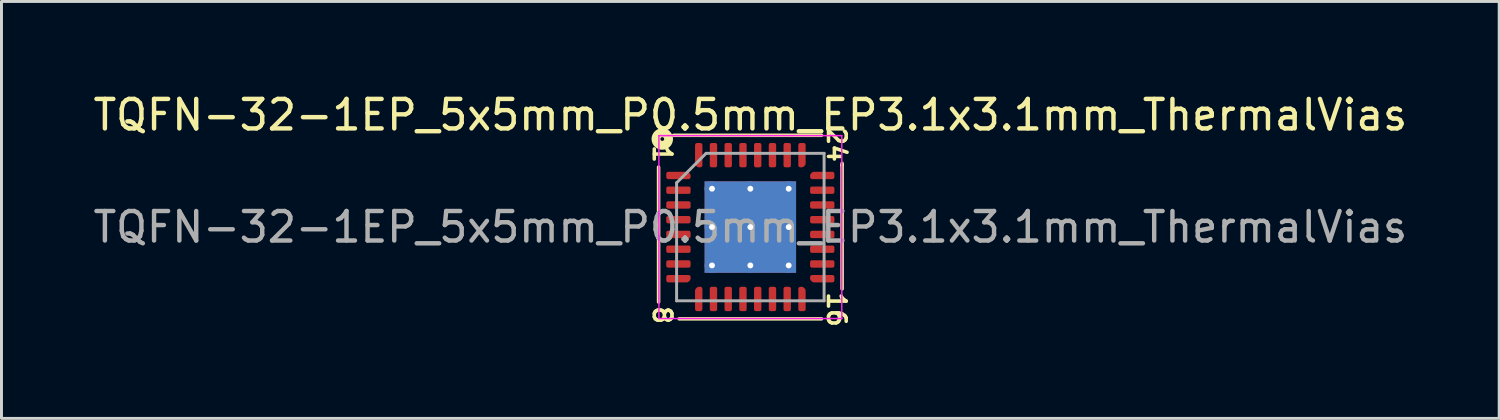
<source format=kicad_pcb>
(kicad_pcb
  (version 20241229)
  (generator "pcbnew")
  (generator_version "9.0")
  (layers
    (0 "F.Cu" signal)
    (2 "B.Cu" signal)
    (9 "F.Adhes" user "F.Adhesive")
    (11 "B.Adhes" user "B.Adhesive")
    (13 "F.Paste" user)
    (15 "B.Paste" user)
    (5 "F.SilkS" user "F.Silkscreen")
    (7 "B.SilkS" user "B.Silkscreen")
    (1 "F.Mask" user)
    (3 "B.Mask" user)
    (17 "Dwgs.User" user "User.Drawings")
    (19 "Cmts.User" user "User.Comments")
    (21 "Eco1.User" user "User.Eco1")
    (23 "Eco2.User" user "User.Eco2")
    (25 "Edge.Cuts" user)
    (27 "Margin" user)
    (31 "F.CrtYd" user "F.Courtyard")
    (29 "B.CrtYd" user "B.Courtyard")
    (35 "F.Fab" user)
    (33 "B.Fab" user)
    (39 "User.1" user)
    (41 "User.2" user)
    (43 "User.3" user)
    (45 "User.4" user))
  (footprint "TQFN-32-1EP_5x5mm_P0.5mm_EP3.1x3.1mm_ThermalVias"
    (layer "F.Cu")
    (at 22.387 4.648)
    (property "Reference" "TQFN-32-1EP_5x5mm_P0.5mm_EP3.1x3.1mm_ThermalVias" (at 0 -3.8 0) (layer "F.SilkS") (effects (font (size 1 1) (thickness 0.15))))
    (attr smd)
    (fp_line (start -3.111 -2.032) (end -3.111 2.54) (stroke (width 0.12) (type solid)) (layer "F.SilkS"))
    (fp_line (start -2.413 3.111) (end 2.413 3.111) (stroke (width 0.12) (type solid)) (layer "F.SilkS"))
    (fp_line (start 2.413 -3.111) (end -2.603 -3.111) (stroke (width 0.12) (type solid)) (layer "F.SilkS"))
    (fp_line (start 3.111 -2.095) (end 3.111 -2.159) (stroke (width 0.12) (type solid)) (layer "F.SilkS"))
    (fp_line (start 3.111 2.095) (end 3.111 -2.095) (stroke (width 0.12) (type solid)) (layer "F.SilkS"))
    (fp_circle (center -2.985 -2.985) (end -2.921 -2.985) (stroke (width 0.3) (type solid)) (fill no) (layer "F.SilkS"))
    (fp_line (start -3.1 -3.1) (end -3.1 3.1) (stroke (width 0.05) (type solid)) (layer "F.CrtYd"))
    (fp_line (start -3.1 3.1) (end 3.1 3.1) (stroke (width 0.05) (type solid)) (layer "F.CrtYd"))
    (fp_line (start 3.1 -3.1) (end -3.1 -3.1) (stroke (width 0.05) (type solid)) (layer "F.CrtYd"))
    (fp_line (start 3.1 3.1) (end 3.1 -3.1) (stroke (width 0.05) (type solid)) (layer "F.CrtYd"))
    (fp_line (start -2.5 -1.5) (end -1.5 -2.5) (stroke (width 0.1) (type solid)) (layer "F.Fab"))
    (fp_line (start -2.5 2.5) (end -2.5 -1.5) (stroke (width 0.1) (type solid)) (layer "F.Fab"))
    (fp_line (start -1.5 -2.5) (end 2.5 -2.5) (stroke (width 0.1) (type solid)) (layer "F.Fab"))
    (fp_line (start 2.5 -2.5) (end 2.5 2.5) (stroke (width 0.1) (type solid)) (layer "F.Fab"))
    (fp_line (start 2.5 2.5) (end -2.5 2.5) (stroke (width 0.1) (type solid)) (layer "F.Fab"))
    (fp_text user "16" (at 2.921 2.794 270) (unlocked yes) (layer "F.SilkS") (effects (font (size 0.6 0.6) (thickness 0.12))))
    (fp_text user "8" (at -2.985 2.985 270) (unlocked yes) (layer "F.SilkS") (effects (font (size 0.6 0.6) (thickness 0.12))))
    (fp_text user "24" (at 2.921 -2.794 270) (unlocked yes) (layer "F.SilkS") (effects (font (size 0.6 0.6) (thickness 0.12))))
    (fp_text user "1" (at -2.985 -2.477 270) (unlocked yes) (layer "F.SilkS") (effects (font (size 0.6 0.6) (thickness 0.12))))
    (fp_text user "${REFERENCE}" (at 0 0 0) (layer "F.Fab") (effects (font (size 1 1) (thickness 0.15))))
    (pad "" smd roundrect (at -0.775 -0.775) (size 1.34 1.34) (layers "F.Paste") (roundrect_rratio 0.187))
    (pad "" smd roundrect (at -0.775 0.775) (size 1.34 1.34) (layers "F.Paste") (roundrect_rratio 0.187))
    (pad "" smd roundrect (at 0.775 -0.775) (size 1.34 1.34) (layers "F.Paste") (roundrect_rratio 0.187))
    (pad "" smd roundrect (at 0.775 0.775) (size 1.34 1.34) (layers "F.Paste") (roundrect_rratio 0.187))
    (pad "1" smd custom (at -2.438 -1.75) (size 0.186 0.186) (layers "F.Cu" "F.Mask" "F.Paste") (options (anchor circle)) (primitives (gr_poly (pts (xy 0.35 -0.009) (xy 0.35 0.062) (xy -0.35 0.062) (xy -0.35 -0.062) (xy 0.297 -0.062)) (width 0.125) (fill yes))))
    (pad "2" smd roundrect (at -2.438 -1.25) (size 0.825 0.25) (layers "F.Cu" "F.Mask" "F.Paste") (roundrect_rratio 0.25))
    (pad "3" smd roundrect (at -2.438 -0.75) (size 0.825 0.25) (layers "F.Cu" "F.Mask" "F.Paste") (roundrect_rratio 0.25))
    (pad "4" smd roundrect (at -2.438 -0.25) (size 0.825 0.25) (layers "F.Cu" "F.Mask" "F.Paste") (roundrect_rratio 0.25))
    (pad "5" smd roundrect (at -2.438 0.25) (size 0.825 0.25) (layers "F.Cu" "F.Mask" "F.Paste") (roundrect_rratio 0.25))
    (pad "6" smd roundrect (at -2.438 0.75) (size 0.825 0.25) (layers "F.Cu" "F.Mask" "F.Paste") (roundrect_rratio 0.25))
    (pad "7" smd roundrect (at -2.438 1.25) (size 0.825 0.25) (layers "F.Cu" "F.Mask" "F.Paste") (roundrect_rratio 0.25))
    (pad "8" smd custom (at -2.438 1.75) (size 0.186 0.186) (layers "F.Cu" "F.Mask" "F.Paste") (options (anchor circle)) (primitives (gr_poly (pts (xy 0.35 0.009) (xy 0.297 0.062) (xy -0.35 0.062) (xy -0.35 -0.062) (xy 0.35 -0.062)) (width 0.125) (fill yes))))
    (pad "9" smd custom (at -1.75 2.438) (size 0.186 0.186) (layers "F.Cu" "F.Mask" "F.Paste") (options (anchor circle)) (primitives (gr_poly (pts (xy 0.062 0.35) (xy -0.062 0.35) (xy -0.062 -0.297) (xy -0.009 -0.35) (xy 0.062 -0.35)) (width 0.125) (fill yes))))
    (pad "10" smd roundrect (at -1.25 2.438) (size 0.25 0.825) (layers "F.Cu" "F.Mask" "F.Paste") (roundrect_rratio 0.25))
    (pad "11" smd roundrect (at -0.75 2.438) (size 0.25 0.825) (layers "F.Cu" "F.Mask" "F.Paste") (roundrect_rratio 0.25))
    (pad "12" smd roundrect (at -0.25 2.438) (size 0.25 0.825) (layers "F.Cu" "F.Mask" "F.Paste") (roundrect_rratio 0.25))
    (pad "13" smd roundrect (at 0.25 2.438) (size 0.25 0.825) (layers "F.Cu" "F.Mask" "F.Paste") (roundrect_rratio 0.25))
    (pad "14" smd roundrect (at 0.75 2.438) (size 0.25 0.825) (layers "F.Cu" "F.Mask" "F.Paste") (roundrect_rratio 0.25))
    (pad "15" smd roundrect (at 1.25 2.438) (size 0.25 0.825) (layers "F.Cu" "F.Mask" "F.Paste") (roundrect_rratio 0.25))
    (pad "16" smd custom (at 1.75 2.438) (size 0.186 0.186) (layers "F.Cu" "F.Mask" "F.Paste") (options (anchor circle)) (primitives (gr_poly (pts (xy 0.062 -0.297) (xy 0.062 0.35) (xy -0.062 0.35) (xy -0.062 -0.35) (xy 0.009 -0.35)) (width 0.125) (fill yes))))
    (pad "17" smd custom (at 2.438 1.75) (size 0.186 0.186) (layers "F.Cu" "F.Mask" "F.Paste") (options (anchor circle)) (primitives (gr_poly (pts (xy 0.35 0.062) (xy -0.297 0.062) (xy -0.35 0.009) (xy -0.35 -0.062) (xy 0.35 -0.062)) (width 0.125) (fill yes))))
    (pad "18" smd roundrect (at 2.438 1.25) (size 0.825 0.25) (layers "F.Cu" "F.Mask" "F.Paste") (roundrect_rratio 0.25))
    (pad "19" smd roundrect (at 2.438 0.75) (size 0.825 0.25) (layers "F.Cu" "F.Mask" "F.Paste") (roundrect_rratio 0.25))
    (pad "20" smd roundrect (at 2.438 0.25) (size 0.825 0.25) (layers "F.Cu" "F.Mask" "F.Paste") (roundrect_rratio 0.25))
    (pad "21" smd roundrect (at 2.438 -0.25) (size 0.825 0.25) (layers "F.Cu" "F.Mask" "F.Paste") (roundrect_rratio 0.25))
    (pad "22" smd roundrect (at 2.438 -0.75) (size 0.825 0.25) (layers "F.Cu" "F.Mask" "F.Paste") (roundrect_rratio 0.25))
    (pad "23" smd roundrect (at 2.438 -1.25) (size 0.825 0.25) (layers "F.Cu" "F.Mask" "F.Paste") (roundrect_rratio 0.25))
    (pad "24" smd custom (at 2.438 -1.75) (size 0.186 0.186) (layers "F.Cu" "F.Mask" "F.Paste") (options (anchor circle)) (primitives (gr_poly (pts (xy 0.35 0.062) (xy -0.35 0.062) (xy -0.35 -0.009) (xy -0.297 -0.062) (xy 0.35 -0.062)) (width 0.125) (fill yes))))
    (pad "25" smd custom (at 1.75 -2.438) (size 0.186 0.186) (layers "F.Cu" "F.Mask" "F.Paste") (options (anchor circle)) (primitives (gr_poly (pts (xy 0.062 0.297) (xy 0.009 0.35) (xy -0.062 0.35) (xy -0.062 -0.35) (xy 0.062 -0.35)) (width 0.125) (fill yes))))
    (pad "26" smd roundrect (at 1.25 -2.438) (size 0.25 0.825) (layers "F.Cu" "F.Mask" "F.Paste") (roundrect_rratio 0.25))
    (pad "27" smd roundrect (at 0.75 -2.438) (size 0.25 0.825) (layers "F.Cu" "F.Mask" "F.Paste") (roundrect_rratio 0.25))
    (pad "28" smd roundrect (at 0.25 -2.438) (size 0.25 0.825) (layers "F.Cu" "F.Mask" "F.Paste") (roundrect_rratio 0.25))
    (pad "29" smd roundrect (at -0.25 -2.438) (size 0.25 0.825) (layers "F.Cu" "F.Mask" "F.Paste") (roundrect_rratio 0.25))
    (pad "30" smd roundrect (at -0.75 -2.438) (size 0.25 0.825) (layers "F.Cu" "F.Mask" "F.Paste") (roundrect_rratio 0.25))
    (pad "31" smd roundrect (at -1.25 -2.438) (size 0.25 0.825) (layers "F.Cu" "F.Mask" "F.Paste") (roundrect_rratio 0.25))
    (pad "32" smd custom (at -1.75 -2.438) (size 0.186 0.186) (layers "F.Cu" "F.Mask" "F.Paste") (options (anchor circle)) (primitives (gr_poly (pts (xy 0.062 0.35) (xy -0.009 0.35) (xy -0.062 0.297) (xy -0.062 -0.35) (xy 0.062 -0.35)) (width 0.125) (fill yes))))
    (pad "33" thru_hole circle (at -1.3 -1.3) (size 0.5 0.5) (drill 0.2) (layers "*.Cu"))
    (pad "33" thru_hole circle (at -1.3 0) (size 0.5 0.5) (drill 0.2) (layers "*.Cu"))
    (pad "33" thru_hole circle (at -1.3 1.3) (size 0.5 0.5) (drill 0.2) (layers "*.Cu"))
    (pad "33" thru_hole circle (at 0 -1.3) (size 0.5 0.5) (drill 0.2) (layers "*.Cu"))
    (pad "33" thru_hole circle (at 0 0) (size 0.5 0.5) (drill 0.2) (layers "*.Cu"))
    (pad "33" smd rect (at 0 0) (size 3.1 3.1) (layers "F.Cu" "F.Mask"))
    (pad "33" smd rect (at 0 0) (size 3.1 3.1) (layers "B.Cu" "B.Mask"))
    (pad "33" thru_hole circle (at 0 1.3) (size 0.5 0.5) (drill 0.2) (layers "*.Cu"))
    (pad "33" thru_hole circle (at 1.3 -1.3) (size 0.5 0.5) (drill 0.2) (layers "*.Cu"))
    (pad "33" thru_hole circle (at 1.3 0) (size 0.5 0.5) (drill 0.2) (layers "*.Cu"))
    (pad "33" thru_hole circle (at 1.3 1.3) (size 0.5 0.5) (drill 0.2) (layers "*.Cu")))
  (gr_rect
    (start -3 -3)
    (end 47.774 11.134)
    (stroke (width 0.1) (type default))
    (fill no)
    (layer "Edge.Cuts")))
</source>
